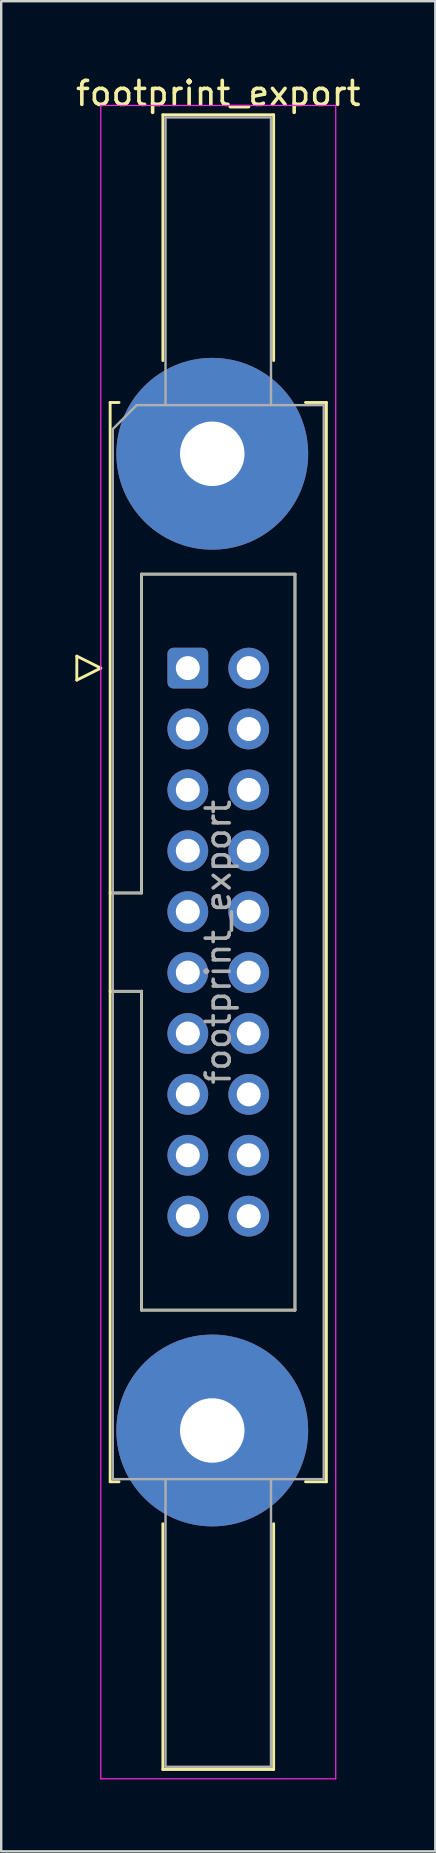
<source format=kicad_pcb>
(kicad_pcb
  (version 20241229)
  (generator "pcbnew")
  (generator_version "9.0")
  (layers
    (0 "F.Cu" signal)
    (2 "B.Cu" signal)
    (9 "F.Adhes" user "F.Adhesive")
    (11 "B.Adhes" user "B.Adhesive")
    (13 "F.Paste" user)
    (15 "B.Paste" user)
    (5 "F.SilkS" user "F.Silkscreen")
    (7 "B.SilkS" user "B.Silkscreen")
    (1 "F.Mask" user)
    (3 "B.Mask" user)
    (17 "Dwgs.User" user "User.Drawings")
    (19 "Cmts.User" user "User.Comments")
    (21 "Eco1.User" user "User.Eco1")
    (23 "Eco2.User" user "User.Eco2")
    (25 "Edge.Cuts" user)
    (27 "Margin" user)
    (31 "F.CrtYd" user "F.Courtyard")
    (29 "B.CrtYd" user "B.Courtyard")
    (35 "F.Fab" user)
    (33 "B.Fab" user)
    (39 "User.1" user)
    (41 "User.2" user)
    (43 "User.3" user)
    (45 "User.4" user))
  (footprint "footprint_export"
    (layer "F.Cu")
    (at 4.784 24.818)
    (property "Reference" "footprint_export" (at 1.27 -23.97 0) (layer "F.SilkS") (effects (font (size 1 1) (thickness 0.15))))
    (attr through_hole)
    (fp_line (start -4.63 -0.5) (end -4.63 0.5) (stroke (width 0.12) (type solid)) (layer "F.SilkS"))
    (fp_line (start -4.63 0.5) (end -3.63 0) (stroke (width 0.12) (type solid)) (layer "F.SilkS"))
    (fp_line (start -3.63 0) (end -4.63 -0.5) (stroke (width 0.12) (type solid)) (layer "F.SilkS"))
    (fp_line (start -3.24 -11.08) (end -3.24 33.94) (stroke (width 0.12) (type solid)) (layer "F.SilkS"))
    (fp_line (start -3.24 9.38) (end -1.93 9.38) (stroke (width 0.12) (type solid)) (layer "F.SilkS"))
    (fp_line (start -3.24 33.94) (end -2.87 33.94) (stroke (width 0.12) (type solid)) (layer "F.SilkS"))
    (fp_line (start -2.87 -11.08) (end -3.24 -11.08) (stroke (width 0.12) (type solid)) (layer "F.SilkS"))
    (fp_line (start -1.93 -3.92) (end 4.47 -3.92) (stroke (width 0.12) (type solid)) (layer "F.SilkS"))
    (fp_line (start -1.93 9.38) (end -1.93 -3.92) (stroke (width 0.12) (type solid)) (layer "F.SilkS"))
    (fp_line (start -1.93 13.48) (end -3.24 13.48) (stroke (width 0.12) (type solid)) (layer "F.SilkS"))
    (fp_line (start -1.93 13.48) (end -1.93 13.48) (stroke (width 0.12) (type solid)) (layer "F.SilkS"))
    (fp_line (start -1.93 26.78) (end -1.93 13.48) (stroke (width 0.12) (type solid)) (layer "F.SilkS"))
    (fp_line (start -1.04 -23.08) (end 3.58 -23.08) (stroke (width 0.12) (type solid)) (layer "F.SilkS"))
    (fp_line (start -1.04 -12.83) (end -1.04 -23.08) (stroke (width 0.12) (type solid)) (layer "F.SilkS"))
    (fp_line (start -1.04 35.69) (end -1.04 45.94) (stroke (width 0.12) (type solid)) (layer "F.SilkS"))
    (fp_line (start -1.04 45.94) (end 3.58 45.94) (stroke (width 0.12) (type solid)) (layer "F.SilkS"))
    (fp_line (start 3.58 -23.08) (end 3.58 -12.83) (stroke (width 0.12) (type solid)) (layer "F.SilkS"))
    (fp_line (start 3.58 45.94) (end 3.58 35.69) (stroke (width 0.12) (type solid)) (layer "F.SilkS"))
    (fp_line (start 4.47 -3.92) (end 4.47 26.78) (stroke (width 0.12) (type solid)) (layer "F.SilkS"))
    (fp_line (start 4.47 26.78) (end -1.93 26.78) (stroke (width 0.12) (type solid)) (layer "F.SilkS"))
    (fp_line (start 4.91 -11.08) (end 5.78 -11.08) (stroke (width 0.12) (type solid)) (layer "F.SilkS"))
    (fp_line (start 5.78 -11.08) (end 5.78 33.94) (stroke (width 0.12) (type solid)) (layer "F.SilkS"))
    (fp_line (start 5.78 33.94) (end 4.91 33.94) (stroke (width 0.12) (type solid)) (layer "F.SilkS"))
    (fp_line (start -3.63 -23.47) (end -3.63 46.33) (stroke (width 0.05) (type solid)) (layer "F.CrtYd"))
    (fp_line (start -3.63 46.33) (end 6.17 46.33) (stroke (width 0.05) (type solid)) (layer "F.CrtYd"))
    (fp_line (start 6.17 -23.47) (end -3.63 -23.47) (stroke (width 0.05) (type solid)) (layer "F.CrtYd"))
    (fp_line (start 6.17 46.33) (end 6.17 -23.47) (stroke (width 0.05) (type solid)) (layer "F.CrtYd"))
    (fp_line (start -3.13 -9.97) (end -2.13 -10.97) (stroke (width 0.1) (type solid)) (layer "F.Fab"))
    (fp_line (start -3.13 9.38) (end -1.93 9.38) (stroke (width 0.1) (type solid)) (layer "F.Fab"))
    (fp_line (start -3.13 33.83) (end -3.13 -9.97) (stroke (width 0.1) (type solid)) (layer "F.Fab"))
    (fp_line (start -2.13 -10.97) (end 5.67 -10.97) (stroke (width 0.1) (type solid)) (layer "F.Fab"))
    (fp_line (start -1.93 -3.92) (end 4.47 -3.92) (stroke (width 0.1) (type solid)) (layer "F.Fab"))
    (fp_line (start -1.93 9.38) (end -1.93 -3.92) (stroke (width 0.1) (type solid)) (layer "F.Fab"))
    (fp_line (start -1.93 13.48) (end -3.13 13.48) (stroke (width 0.1) (type solid)) (layer "F.Fab"))
    (fp_line (start -1.93 13.48) (end -1.93 13.48) (stroke (width 0.1) (type solid)) (layer "F.Fab"))
    (fp_line (start -1.93 26.78) (end -1.93 13.48) (stroke (width 0.1) (type solid)) (layer "F.Fab"))
    (fp_line (start -0.93 -22.97) (end 3.47 -22.97) (stroke (width 0.1) (type solid)) (layer "F.Fab"))
    (fp_line (start -0.93 -10.97) (end -0.93 -22.97) (stroke (width 0.1) (type solid)) (layer "F.Fab"))
    (fp_line (start -0.93 33.83) (end -0.93 45.83) (stroke (width 0.1) (type solid)) (layer "F.Fab"))
    (fp_line (start -0.93 45.83) (end 3.47 45.83) (stroke (width 0.1) (type solid)) (layer "F.Fab"))
    (fp_line (start 3.47 -22.97) (end 3.47 -10.97) (stroke (width 0.1) (type solid)) (layer "F.Fab"))
    (fp_line (start 3.47 45.83) (end 3.47 33.83) (stroke (width 0.1) (type solid)) (layer "F.Fab"))
    (fp_line (start 4.47 -3.92) (end 4.47 26.78) (stroke (width 0.1) (type solid)) (layer "F.Fab"))
    (fp_line (start 4.47 26.78) (end -1.93 26.78) (stroke (width 0.1) (type solid)) (layer "F.Fab"))
    (fp_line (start 5.67 -10.97) (end 5.67 33.83) (stroke (width 0.1) (type solid)) (layer "F.Fab"))
    (fp_line (start 5.67 33.83) (end -3.13 33.83) (stroke (width 0.1) (type solid)) (layer "F.Fab"))
    (fp_text user "${REFERENCE}" (at 1.27 11.43 90) (layer "F.Fab") (effects (font (size 1 1) (thickness 0.15))))
    (pad "1" thru_hole roundrect (at 0 0) (size 1.7 1.7) (drill 1) (layers "*.Cu" "*.Mask") (roundrect_rratio 0.147))
    (pad "2" thru_hole circle (at 2.54 0) (size 1.7 1.7) (drill 1) (layers "*.Cu" "*.Mask"))
    (pad "3" thru_hole circle (at 0 2.54) (size 1.7 1.7) (drill 1) (layers "*.Cu" "*.Mask"))
    (pad "4" thru_hole circle (at 2.54 2.54) (size 1.7 1.7) (drill 1) (layers "*.Cu" "*.Mask"))
    (pad "5" thru_hole circle (at 0 5.08) (size 1.7 1.7) (drill 1) (layers "*.Cu" "*.Mask"))
    (pad "6" thru_hole circle (at 2.54 5.08) (size 1.7 1.7) (drill 1) (layers "*.Cu" "*.Mask"))
    (pad "7" thru_hole circle (at 0 7.62) (size 1.7 1.7) (drill 1) (layers "*.Cu" "*.Mask"))
    (pad "8" thru_hole circle (at 2.54 7.62) (size 1.7 1.7) (drill 1) (layers "*.Cu" "*.Mask"))
    (pad "9" thru_hole circle (at 0 10.16) (size 1.7 1.7) (drill 1) (layers "*.Cu" "*.Mask"))
    (pad "10" thru_hole circle (at 2.54 10.16) (size 1.7 1.7) (drill 1) (layers "*.Cu" "*.Mask"))
    (pad "11" thru_hole circle (at 0 12.7) (size 1.7 1.7) (drill 1) (layers "*.Cu" "*.Mask"))
    (pad "12" thru_hole circle (at 2.54 12.7) (size 1.7 1.7) (drill 1) (layers "*.Cu" "*.Mask"))
    (pad "13" thru_hole circle (at 0 15.24) (size 1.7 1.7) (drill 1) (layers "*.Cu" "*.Mask"))
    (pad "14" thru_hole circle (at 2.54 15.24) (size 1.7 1.7) (drill 1) (layers "*.Cu" "*.Mask"))
    (pad "15" thru_hole circle (at 0 17.78) (size 1.7 1.7) (drill 1) (layers "*.Cu" "*.Mask"))
    (pad "16" thru_hole circle (at 2.54 17.78) (size 1.7 1.7) (drill 1) (layers "*.Cu" "*.Mask"))
    (pad "17" thru_hole circle (at 0 20.32) (size 1.7 1.7) (drill 1) (layers "*.Cu" "*.Mask"))
    (pad "18" thru_hole circle (at 2.54 20.32) (size 1.7 1.7) (drill 1) (layers "*.Cu" "*.Mask"))
    (pad "19" thru_hole circle (at 0 22.86) (size 1.7 1.7) (drill 1) (layers "*.Cu" "*.Mask"))
    (pad "20" thru_hole circle (at 2.54 22.86) (size 1.7 1.7) (drill 1) (layers "*.Cu" "*.Mask"))
    (pad "MP" thru_hole circle (at 1.02 -8.94) (size 8 8) (drill 2.69) (layers "*.Cu" "*.Mask"))
    (pad "MP" thru_hole circle (at 1.02 31.8) (size 8 8) (drill 2.69) (layers "*.Cu" "*.Mask")))
  (gr_rect
    (start -3 -3)
    (end 15.107 74.173)
    (stroke (width 0.1) (type default))
    (fill no)
    (layer "Edge.Cuts")))
</source>
